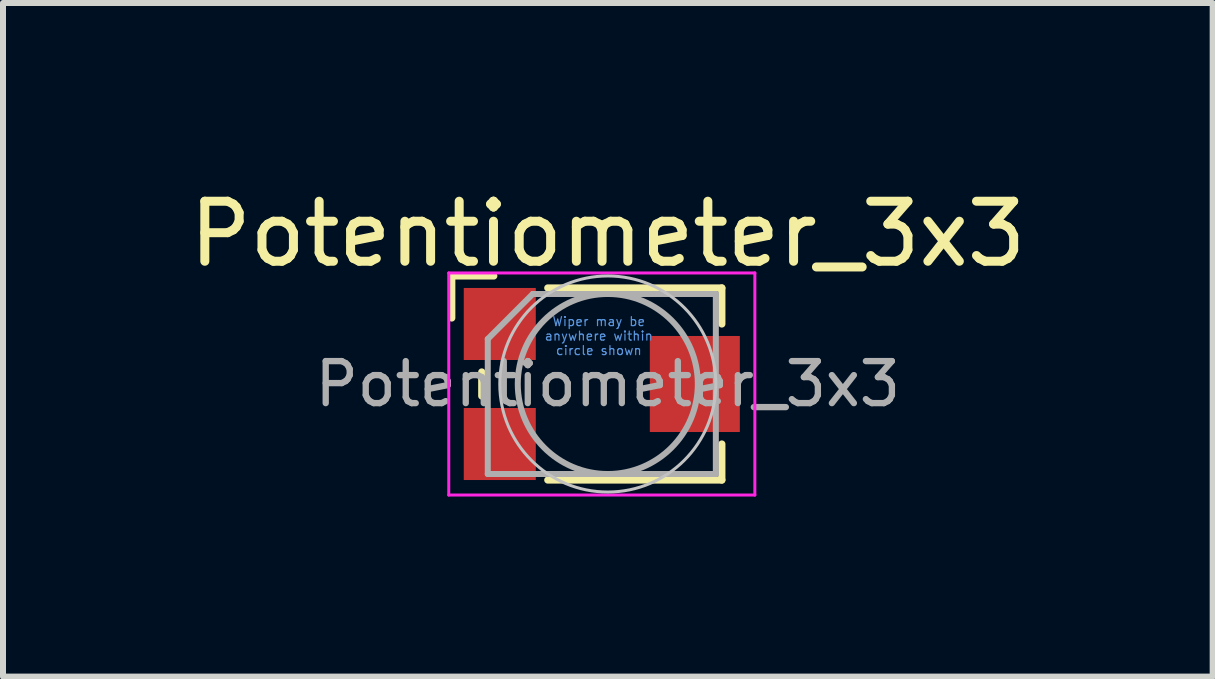
<source format=kicad_pcb>
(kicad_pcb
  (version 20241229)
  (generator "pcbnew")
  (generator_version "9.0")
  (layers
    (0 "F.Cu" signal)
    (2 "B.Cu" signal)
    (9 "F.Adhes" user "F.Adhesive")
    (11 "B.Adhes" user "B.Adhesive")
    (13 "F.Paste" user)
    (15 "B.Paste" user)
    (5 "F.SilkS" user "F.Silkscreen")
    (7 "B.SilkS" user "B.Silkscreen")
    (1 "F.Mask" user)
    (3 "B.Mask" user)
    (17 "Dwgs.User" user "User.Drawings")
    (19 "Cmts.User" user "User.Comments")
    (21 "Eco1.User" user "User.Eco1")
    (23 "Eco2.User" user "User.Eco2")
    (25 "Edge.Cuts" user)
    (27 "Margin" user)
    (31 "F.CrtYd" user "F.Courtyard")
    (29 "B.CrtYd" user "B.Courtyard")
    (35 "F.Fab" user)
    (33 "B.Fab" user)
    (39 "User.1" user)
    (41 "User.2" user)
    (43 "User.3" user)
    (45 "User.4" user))
  (footprint "Potentiometer_3x3"
    (layer "F.Cu")
    (at 7.077 3.348)
    (property "Reference" "Potentiometer_3x3" (at 0 -2.5 0) (layer "F.SilkS") (effects (font (size 1 1) (thickness 0.15))))
    (attr smd)
    (fp_line (start -2.6 -1.8) (end -2.6 -1.1) (stroke (width 0.12) (type solid)) (layer "F.SilkS"))
    (fp_line (start -2.1 -0.2) (end -2.1 0.2) (stroke (width 0.12) (type solid)) (layer "F.SilkS"))
    (fp_line (start -1.9 -1.8) (end -2.6 -1.8) (stroke (width 0.12) (type solid)) (layer "F.SilkS"))
    (fp_line (start -1 -1.6) (end 1.9 -1.6) (stroke (width 0.12) (type solid)) (layer "F.SilkS"))
    (fp_line (start -1 1.6) (end 1.9 1.6) (stroke (width 0.12) (type solid)) (layer "F.SilkS"))
    (fp_line (start 1.9 -1.6) (end 1.9 -1) (stroke (width 0.12) (type solid)) (layer "F.SilkS"))
    (fp_line (start 1.9 1.6) (end 1.9 1) (stroke (width 0.12) (type solid)) (layer "F.SilkS"))
    (fp_circle (center 0 0) (end 1.8 0) (stroke (width 0.05) (type solid)) (fill no) (layer "Dwgs.User"))
    (fp_line (start -2.65 -1.85) (end 2.45 -1.85) (stroke (width 0.05) (type solid)) (layer "F.CrtYd"))
    (fp_line (start -2.65 1.85) (end -2.65 -1.85) (stroke (width 0.05) (type solid)) (layer "F.CrtYd"))
    (fp_line (start 2.45 -1.85) (end 2.45 1.85) (stroke (width 0.05) (type solid)) (layer "F.CrtYd"))
    (fp_line (start 2.45 1.85) (end -2.65 1.85) (stroke (width 0.05) (type solid)) (layer "F.CrtYd"))
    (fp_line (start -2 -0.75) (end -2 1.5) (stroke (width 0.1) (type solid)) (layer "F.Fab"))
    (fp_line (start -2 1.5) (end 1.8 1.5) (stroke (width 0.1) (type solid)) (layer "F.Fab"))
    (fp_line (start -1.25 -1.5) (end -2 -0.75) (stroke (width 0.1) (type solid)) (layer "F.Fab"))
    (fp_line (start 1.8 -1.5) (end -1.25 -1.5) (stroke (width 0.1) (type solid)) (layer "F.Fab"))
    (fp_line (start 1.8 1.5) (end 1.8 -1.5) (stroke (width 0.1) (type solid)) (layer "F.Fab"))
    (fp_circle (center 0 0) (end 1.5 0) (stroke (width 0.1) (type solid)) (fill no) (layer "F.Fab"))
    (fp_text user "Wiper may be\nanywhere within\ncircle shown" (at -0.15 -0.8 0) (layer "Cmts.User") (effects (font (size 0.15 0.15) (thickness 0.02))))
    (fp_text user "${REFERENCE}" (at 0 0 0) (layer "F.Fab") (effects (font (size 0.7 0.7) (thickness 0.105))))
    (pad "1" smd rect (at -1.8 -1) (size 1.2 1.2) (layers "F.Cu" "F.Mask" "F.Paste"))
    (pad "2" smd rect (at 1.45 0) (size 1.5 1.6) (layers "F.Cu" "F.Mask" "F.Paste"))
    (pad "3" smd rect (at -1.8 1) (size 1.2 1.2) (layers "F.Cu" "F.Mask" "F.Paste")))
  (gr_rect
    (start -3 -3)
    (end 17.155 8.223)
    (stroke (width 0.1) (type default))
    (fill no)
    (layer "Edge.Cuts")))
</source>
